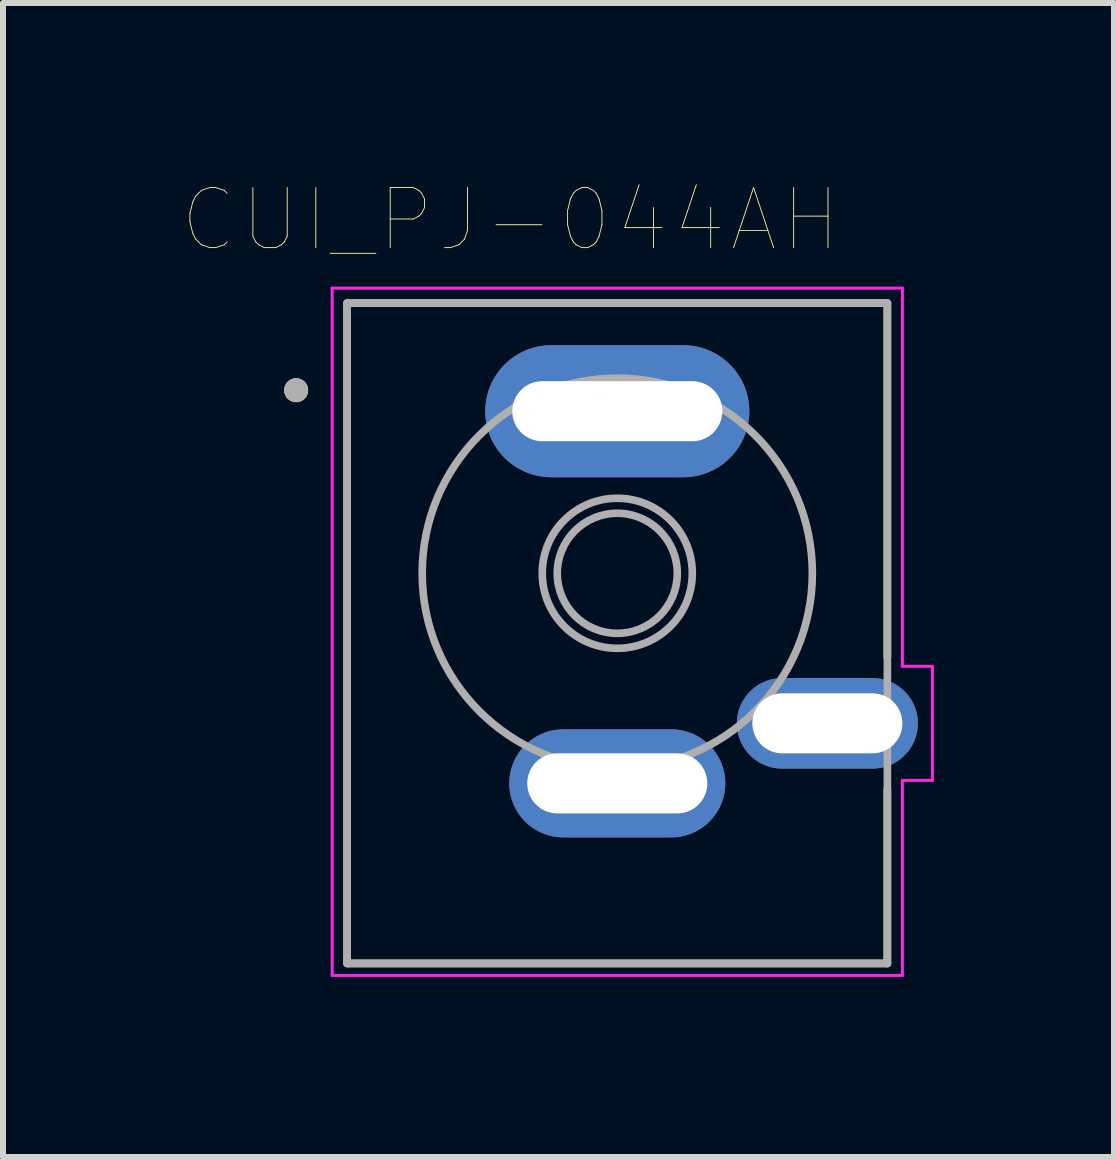
<source format=kicad_pcb>
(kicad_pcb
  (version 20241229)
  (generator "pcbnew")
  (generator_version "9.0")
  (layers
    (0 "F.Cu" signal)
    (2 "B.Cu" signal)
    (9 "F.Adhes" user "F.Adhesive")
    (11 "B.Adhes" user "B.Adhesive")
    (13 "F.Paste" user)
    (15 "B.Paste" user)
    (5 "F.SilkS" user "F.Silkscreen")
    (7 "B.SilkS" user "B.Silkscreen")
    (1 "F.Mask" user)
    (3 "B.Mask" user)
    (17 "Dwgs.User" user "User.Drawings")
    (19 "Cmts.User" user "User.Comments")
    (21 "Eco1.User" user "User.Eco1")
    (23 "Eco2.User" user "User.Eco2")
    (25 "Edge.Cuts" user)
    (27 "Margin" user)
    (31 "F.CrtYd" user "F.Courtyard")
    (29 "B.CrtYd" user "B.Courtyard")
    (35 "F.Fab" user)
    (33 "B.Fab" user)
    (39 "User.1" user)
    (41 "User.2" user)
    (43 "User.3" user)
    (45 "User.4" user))
  (footprint "CUI_PJ-044AH"
    (layer "F.Cu")
    (at 7.234 7.501)
    (property "Reference" "CUI_PJ-044AH" (at -1.781 -6.888 0) (layer "F.SilkS") (effects (font (size 1.001 1.001) (thickness 0.015))))
    (attr through_hole)
    (fp_line (start -4.5 -5.5) (end 4.5 -5.5) (stroke (width 0.127) (type solid)) (layer "F.SilkS"))
    (fp_line (start -4.5 5.5) (end -4.5 -5.5) (stroke (width 0.127) (type solid)) (layer "F.SilkS"))
    (fp_line (start 4.5 -5.5) (end 4.5 0.4) (stroke (width 0.127) (type solid)) (layer "F.SilkS"))
    (fp_line (start 4.5 2.6) (end 4.5 5.5) (stroke (width 0.127) (type solid)) (layer "F.SilkS"))
    (fp_line (start 4.5 5.5) (end -4.5 5.5) (stroke (width 0.127) (type solid)) (layer "F.SilkS"))
    (fp_circle (center -5.35 -4.05) (end -5.25 -4.05) (stroke (width 0.2) (type solid)) (fill no) (layer "F.SilkS"))
    (fp_line (start -4.75 -5.75) (end 4.75 -5.75) (stroke (width 0.05) (type solid)) (layer "F.CrtYd"))
    (fp_line (start -4.75 5.7) (end -4.75 -5.75) (stroke (width 0.05) (type solid)) (layer "F.CrtYd"))
    (fp_line (start 4.75 -5.75) (end 4.75 0.55) (stroke (width 0.05) (type solid)) (layer "F.CrtYd"))
    (fp_line (start 4.75 0.55) (end 5.25 0.55) (stroke (width 0.05) (type solid)) (layer "F.CrtYd"))
    (fp_line (start 4.75 2.45) (end 4.75 5.7) (stroke (width 0.05) (type solid)) (layer "F.CrtYd"))
    (fp_line (start 4.75 5.7) (end -4.75 5.7) (stroke (width 0.05) (type solid)) (layer "F.CrtYd"))
    (fp_line (start 5.25 0.55) (end 5.25 2.45) (stroke (width 0.05) (type solid)) (layer "F.CrtYd"))
    (fp_line (start 5.25 2.45) (end 4.75 2.45) (stroke (width 0.05) (type solid)) (layer "F.CrtYd"))
    (fp_line (start -4.5 -5.5) (end 4.5 -5.5) (stroke (width 0.127) (type solid)) (layer "F.Fab"))
    (fp_line (start -4.5 5.5) (end -4.5 -5.5) (stroke (width 0.127) (type solid)) (layer "F.Fab"))
    (fp_line (start 4.5 -5.5) (end 4.5 5.5) (stroke (width 0.127) (type solid)) (layer "F.Fab"))
    (fp_line (start 4.5 5.5) (end -4.5 5.5) (stroke (width 0.127) (type solid)) (layer "F.Fab"))
    (fp_circle (center -5.35 -4.05) (end -5.25 -4.05) (stroke (width 0.2) (type solid)) (fill no) (layer "F.Fab"))
    (fp_circle (center 0 -1) (end 1 -1) (stroke (width 0.127) (type solid)) (fill no) (layer "F.Fab"))
    (fp_circle (center 0 -1) (end 1.25 -1) (stroke (width 0.127) (type solid)) (fill no) (layer "F.Fab"))
    (fp_circle (center 0 -1) (end 3.25 -1) (stroke (width 0.127) (type solid)) (fill no) (layer "F.Fab"))
    (pad "1" thru_hole oval (at 0 -3.7) (size 4.4 2.2) (drill oval 3.5 1) (layers "*.Cu" "*.Mask"))
    (pad "2" thru_hole oval (at 0 2.5) (size 3.6 1.8) (drill oval 3 1) (layers "*.Cu" "*.Mask"))
    (pad "3" thru_hole oval (at 3.5 1.5) (size 3.016 1.508) (drill oval 2.5 1) (layers "*.Cu" "*.Mask")))
  (gr_rect
    (start -3 -3)
    (end 15.509 16.226)
    (stroke (width 0.1) (type default))
    (fill no)
    (layer "Edge.Cuts")))
</source>
